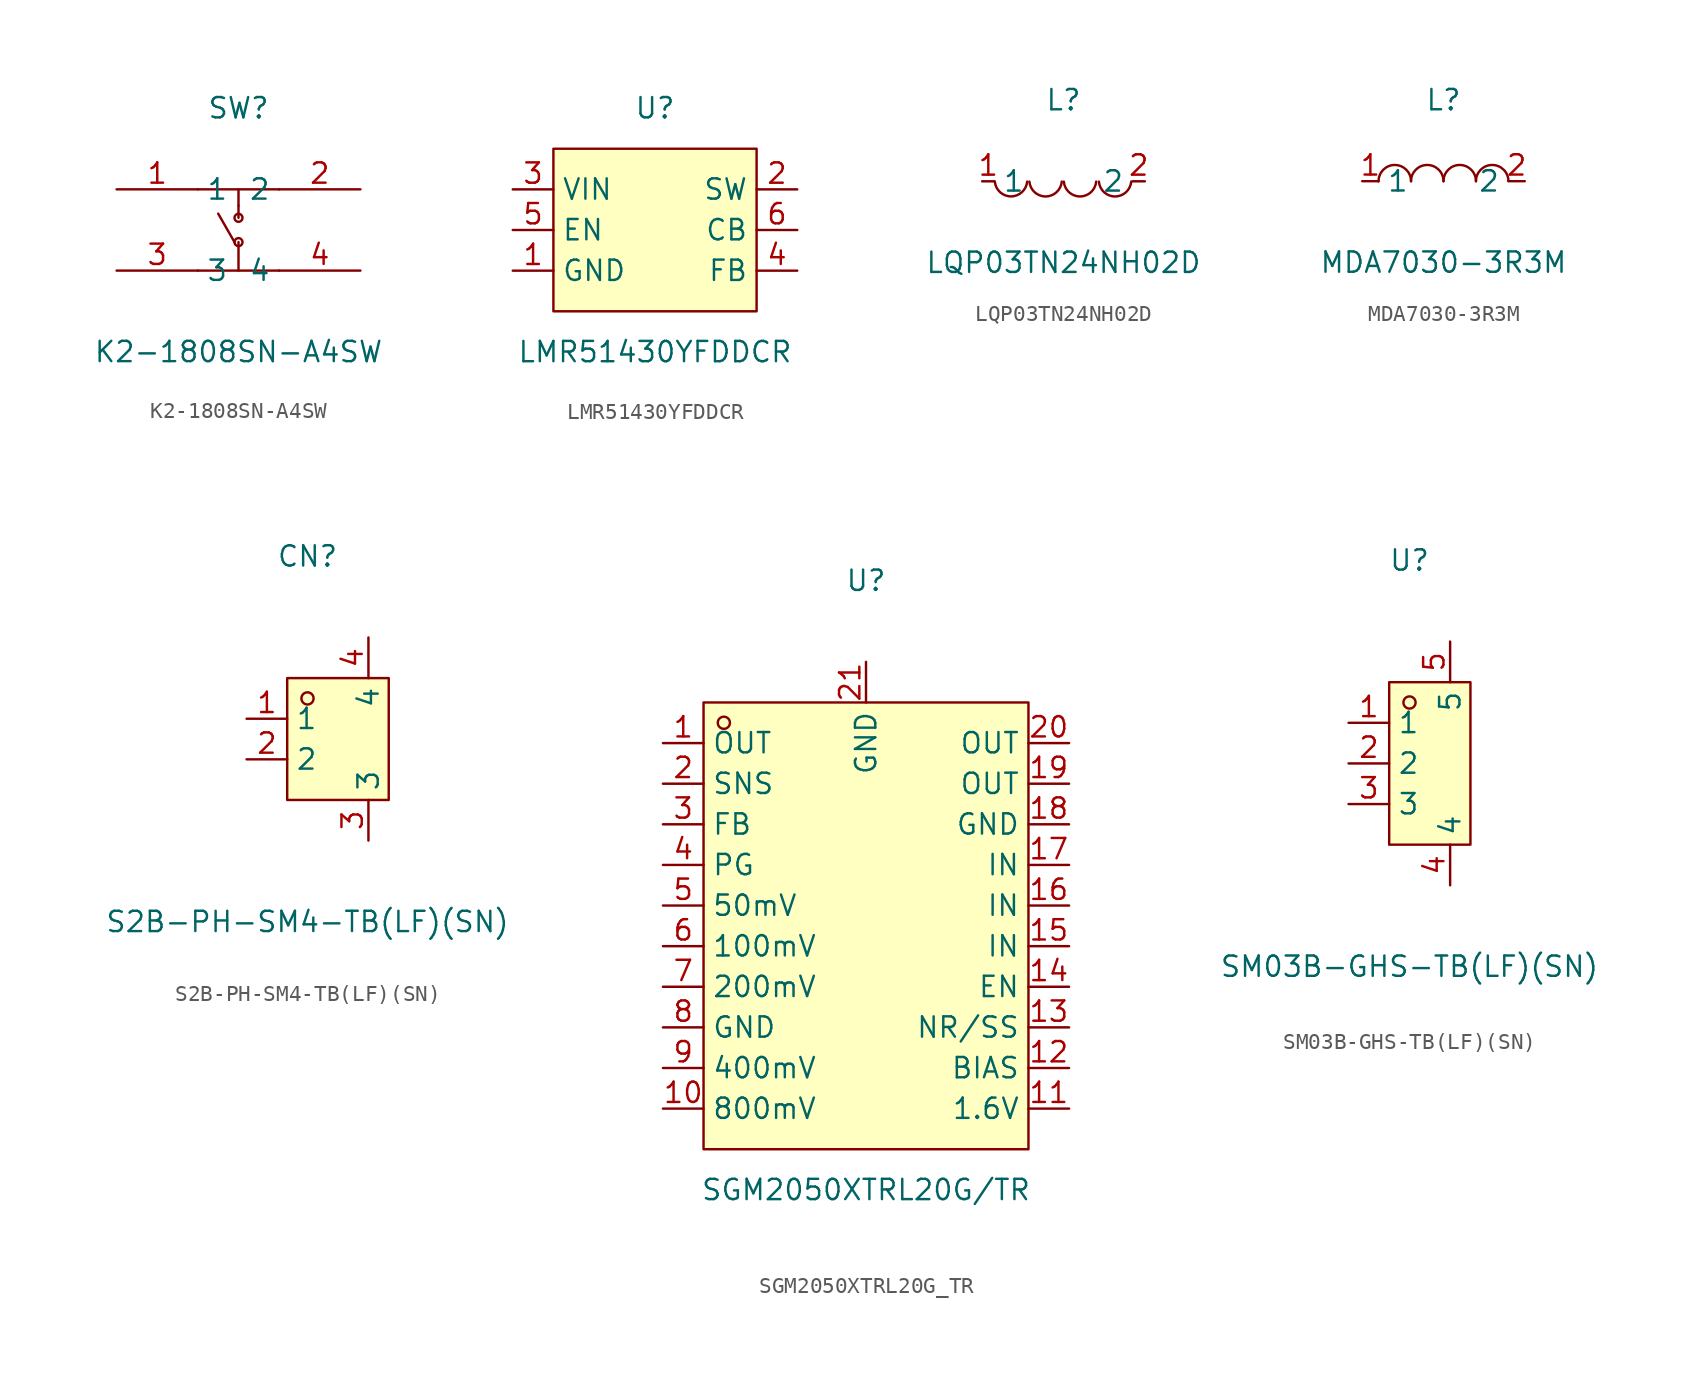
<source format=kicad_sym>
(kicad_symbol_lib
  (version 20211014)
  (generator https://github.com/uPesy/easyeda2kicad.py)
  (symbol "K2-1808SN-A4SW"
    (property "Reference" "SW"
      (at 0 7.62 0)
      (effects (font (size 1.27 1.27))))
    (property "Value" "K2-1808SN-A4SW"
      (at 0 -7.62 0)
      (effects (font (size 1.27 1.27))))
    (symbol "K2-1808SN-A4SW_0_1"
      (circle (center 0.00 -0.76) (radius 0.25) (stroke (width 0) (type default) (color 0 0 0 0)) (fill (type none)))
      (circle (center 0.00 0.76) (radius 0.25) (stroke (width 0) (type default) (color 0 0 0 0)) (fill (type none)))
      (polyline (pts (xy -2.54 2.54) (xy 2.54 2.54)) (stroke (width 0) (type default) (color 0 0 0 0)) (fill (type none)))
      (polyline (pts (xy -2.54 -2.54) (xy 2.54 -2.54)) (stroke (width 0) (type default) (color 0 0 0 0)) (fill (type none)))
      (polyline (pts (xy 0.00 2.54) (xy 0.00 1.52)) (stroke (width 0) (type default) (color 0 0 0 0)) (fill (type none)))
      (polyline (pts (xy 0.00 -2.54) (xy 0.00 -0.76)) (stroke (width 0) (type default) (color 0 0 0 0)) (fill (type none)))
      (polyline (pts (xy 0.00 1.52) (xy 0.00 0.76)) (stroke (width 0) (type default) (color 0 0 0 0)) (fill (type none)))
      (polyline (pts (xy -1.27 1.02) (xy -0.25 -0.76)) (stroke (width 0) (type default) (color 0 0 0 0)) (fill (type none)))
      (pin unspecified line (at -7.62 2.54 0) (length 5.08) (name "1" (effects (font (size 1.27 1.27)))) (number "1" (effects (font (size 1.27 1.27)))))
      (pin unspecified line (at 7.62 2.54 180) (length 5.08) (name "2" (effects (font (size 1.27 1.27)))) (number "2" (effects (font (size 1.27 1.27)))))
      (pin unspecified line (at -7.62 -2.54 0) (length 5.08) (name "3" (effects (font (size 1.27 1.27)))) (number "3" (effects (font (size 1.27 1.27)))))
      (pin unspecified line (at 7.62 -2.54 180) (length 5.08) (name "4" (effects (font (size 1.27 1.27)))) (number "4" (effects (font (size 1.27 1.27)))))))
  (symbol "LMR51430YFDDCR"
    (property "Reference" "U"
      (at 0 7.62 0)
      (effects (font (size 1.27 1.27))))
    (property "Value" "LMR51430YFDDCR"
      (at 0 -7.62 0)
      (effects (font (size 1.27 1.27))))
    (symbol "LMR51430YFDDCR_0_1"
      (rectangle (start -6.35 5.08) (end 6.35 -5.08) (stroke (width 0) (type default) (color 0 0 0 0)) (fill (type background)))
      (pin unspecified line (at -8.89 -2.54 0) (length 2.54) (name "GND" (effects (font (size 1.27 1.27)))) (number "1" (effects (font (size 1.27 1.27)))))
      (pin unspecified line (at 8.89 2.54 180) (length 2.54) (name "SW" (effects (font (size 1.27 1.27)))) (number "2" (effects (font (size 1.27 1.27)))))
      (pin unspecified line (at -8.89 2.54 0) (length 2.54) (name "VIN" (effects (font (size 1.27 1.27)))) (number "3" (effects (font (size 1.27 1.27)))))
      (pin unspecified line (at 8.89 -2.54 180) (length 2.54) (name "FB" (effects (font (size 1.27 1.27)))) (number "4" (effects (font (size 1.27 1.27)))))
      (pin unspecified line (at -8.89 -0.00 0) (length 2.54) (name "EN" (effects (font (size 1.27 1.27)))) (number "5" (effects (font (size 1.27 1.27)))))
      (pin unspecified line (at 8.89 -0.00 180) (length 2.54) (name "CB" (effects (font (size 1.27 1.27)))) (number "6" (effects (font (size 1.27 1.27)))))))
  (symbol "LQP03TN24NH02D"
    (property "Reference" "L"
      (at 0 5.08 0)
      (effects (font (size 1.27 1.27))))
    (property "Value" "LQP03TN24NH02D"
      (at 0 -5.08 0)
      (effects (font (size 1.27 1.27))))
    (symbol "LQP03TN24NH02D_0_1"
      (arc (start -4.29 -0.02) (mid -2.81 -1.01) (end -2.27 -0.02) (stroke (width 0) (type default) (color 0 0 0 0)) (fill (type none)))
      (arc (start -2.13 -0.02) (mid -0.66 -1.01) (end -0.11 -0.02) (stroke (width 0) (type default) (color 0 0 0 0)) (fill (type none)))
      (arc (start 0.02 -0.02) (mid 1.49 -1.01) (end 2.04 -0.02) (stroke (width 0) (type default) (color 0 0 0 0)) (fill (type none)))
      (arc (start 2.21 -0.02) (mid 3.68 -1.01) (end 4.23 -0.02) (stroke (width 0) (type default) (color 0 0 0 0)) (fill (type none)))
      (pin unspecified line (at 5.08 -0.00 180) (length 0.762) (name "2" (effects (font (size 1.27 1.27)))) (number "2" (effects (font (size 1.27 1.27)))))
      (pin unspecified line (at -5.08 -0.00 0) (length 0.762) (name "1" (effects (font (size 1.27 1.27)))) (number "1" (effects (font (size 1.27 1.27)))))))
  (symbol "MDA7030-3R3M"
    (property "Reference" "L"
      (at 0 5.08 0)
      (effects (font (size 1.27 1.27))))
    (property "Value" "MDA7030-3R3M"
      (at 0 -5.08 0)
      (effects (font (size 1.27 1.27))))
    (symbol "MDA7030-3R3M_0_1"
      (arc (start -4.06 -0.01) (mid -2.83 0.99) (end -2.03 0.01) (stroke (width 0) (type default) (color 0 0 0 0)) (fill (type none)))
      (arc (start -2.03 -0.01) (mid -0.80 0.99) (end 0.00 0.01) (stroke (width 0) (type default) (color 0 0 0 0)) (fill (type none)))
      (arc (start 2.03 -0.01) (mid 3.26 0.99) (end 4.06 0.01) (stroke (width 0) (type default) (color 0 0 0 0)) (fill (type none)))
      (arc (start 0.00 -0.01) (mid 1.23 0.99) (end 2.03 0.01) (stroke (width 0) (type default) (color 0 0 0 0)) (fill (type none)))
      (pin unspecified line (at 5.08 -0.00 180) (length 1.016) (name "2" (effects (font (size 1.27 1.27)))) (number "2" (effects (font (size 1.27 1.27)))))
      (pin unspecified line (at -5.08 -0.00 0) (length 1.016) (name "1" (effects (font (size 1.27 1.27)))) (number "1" (effects (font (size 1.27 1.27)))))))
  (symbol "S2B-PH-SM4-TB(LF)(SN)"
    (property "Reference" "CN"
      (at 0 11.43 0)
      (effects (font (size 1.27 1.27))))
    (property "Value" "S2B-PH-SM4-TB(LF)(SN)"
      (at 0 -11.43 0)
      (effects (font (size 1.27 1.27))))
    (symbol "S2B-PH-SM4-TB(LF)(SN)_0_1"
      (rectangle (start -1.27 3.81) (end 5.08 -3.81) (stroke (width 0) (type default) (color 0 0 0 0)) (fill (type background)))
      (circle (center 0.00 2.54) (radius 0.38) (stroke (width 0) (type default) (color 0 0 0 0)) (fill (type none)))
      (pin unspecified line (at -3.81 1.27 0) (length 2.54) (name "1" (effects (font (size 1.27 1.27)))) (number "1" (effects (font (size 1.27 1.27)))))
      (pin unspecified line (at -3.81 -1.27 0) (length 2.54) (name "2" (effects (font (size 1.27 1.27)))) (number "2" (effects (font (size 1.27 1.27)))))
      (pin unspecified line (at 3.81 -6.35 90) (length 2.54) (name "3" (effects (font (size 1.27 1.27)))) (number "3" (effects (font (size 1.27 1.27)))))
      (pin unspecified line (at 3.81 6.35 270) (length 2.54) (name "4" (effects (font (size 1.27 1.27)))) (number "4" (effects (font (size 1.27 1.27)))))))
  (symbol "SGM2050XTRL20G_TR"
    (property "Reference" "U"
      (at 0 20.32 0)
      (effects (font (size 1.27 1.27))))
    (property "Value" "SGM2050XTRL20G/TR"
      (at 0 -17.78 0)
      (effects (font (size 1.27 1.27))))
    (symbol "SGM2050XTRL20G_TR_0_1"
      (rectangle (start -10.16 12.70) (end 10.16 -15.24) (stroke (width 0) (type default) (color 0 0 0 0)) (fill (type background)))
      (circle (center -8.89 11.43) (radius 0.38) (stroke (width 0) (type default) (color 0 0 0 0)) (fill (type none)))
      (pin unspecified line (at -12.70 10.16 0) (length 2.54) (name "OUT" (effects (font (size 1.27 1.27)))) (number "1" (effects (font (size 1.27 1.27)))))
      (pin unspecified line (at -12.70 7.62 0) (length 2.54) (name "SNS" (effects (font (size 1.27 1.27)))) (number "2" (effects (font (size 1.27 1.27)))))
      (pin unspecified line (at -12.70 5.08 0) (length 2.54) (name "FB" (effects (font (size 1.27 1.27)))) (number "3" (effects (font (size 1.27 1.27)))))
      (pin unspecified line (at -12.70 2.54 0) (length 2.54) (name "PG" (effects (font (size 1.27 1.27)))) (number "4" (effects (font (size 1.27 1.27)))))
      (pin unspecified line (at -12.70 -0.00 0) (length 2.54) (name "50mV" (effects (font (size 1.27 1.27)))) (number "5" (effects (font (size 1.27 1.27)))))
      (pin unspecified line (at -12.70 -2.54 0) (length 2.54) (name "100mV" (effects (font (size 1.27 1.27)))) (number "6" (effects (font (size 1.27 1.27)))))
      (pin unspecified line (at -12.70 -5.08 0) (length 2.54) (name "200mV" (effects (font (size 1.27 1.27)))) (number "7" (effects (font (size 1.27 1.27)))))
      (pin unspecified line (at -12.70 -7.62 0) (length 2.54) (name "GND" (effects (font (size 1.27 1.27)))) (number "8" (effects (font (size 1.27 1.27)))))
      (pin unspecified line (at -12.70 -10.16 0) (length 2.54) (name "400mV" (effects (font (size 1.27 1.27)))) (number "9" (effects (font (size 1.27 1.27)))))
      (pin unspecified line (at -12.70 -12.70 0) (length 2.54) (name "800mV" (effects (font (size 1.27 1.27)))) (number "10" (effects (font (size 1.27 1.27)))))
      (pin unspecified line (at 12.70 -12.70 180) (length 2.54) (name "1.6V" (effects (font (size 1.27 1.27)))) (number "11" (effects (font (size 1.27 1.27)))))
      (pin unspecified line (at 12.70 -10.16 180) (length 2.54) (name "BIAS" (effects (font (size 1.27 1.27)))) (number "12" (effects (font (size 1.27 1.27)))))
      (pin unspecified line (at 12.70 -7.62 180) (length 2.54) (name "NR/SS" (effects (font (size 1.27 1.27)))) (number "13" (effects (font (size 1.27 1.27)))))
      (pin unspecified line (at 12.70 -5.08 180) (length 2.54) (name "EN" (effects (font (size 1.27 1.27)))) (number "14" (effects (font (size 1.27 1.27)))))
      (pin unspecified line (at 12.70 -2.54 180) (length 2.54) (name "IN" (effects (font (size 1.27 1.27)))) (number "15" (effects (font (size 1.27 1.27)))))
      (pin unspecified line (at 12.70 -0.00 180) (length 2.54) (name "IN" (effects (font (size 1.27 1.27)))) (number "16" (effects (font (size 1.27 1.27)))))
      (pin unspecified line (at 12.70 2.54 180) (length 2.54) (name "IN" (effects (font (size 1.27 1.27)))) (number "17" (effects (font (size 1.27 1.27)))))
      (pin unspecified line (at 12.70 5.08 180) (length 2.54) (name "GND" (effects (font (size 1.27 1.27)))) (number "18" (effects (font (size 1.27 1.27)))))
      (pin unspecified line (at 12.70 7.62 180) (length 2.54) (name "OUT" (effects (font (size 1.27 1.27)))) (number "19" (effects (font (size 1.27 1.27)))))
      (pin unspecified line (at 12.70 10.16 180) (length 2.54) (name "OUT" (effects (font (size 1.27 1.27)))) (number "20" (effects (font (size 1.27 1.27)))))
      (pin unspecified line (at 0.00 15.24 270) (length 2.54) (name "GND" (effects (font (size 1.27 1.27)))) (number "21" (effects (font (size 1.27 1.27)))))))
  (symbol "SM03B-GHS-TB(LF)(SN)"
    (property "Reference" "U"
      (at 0 12.70 0)
      (effects (font (size 1.27 1.27))))
    (property "Value" "SM03B-GHS-TB(LF)(SN)"
      (at 0 -12.70 0)
      (effects (font (size 1.27 1.27))))
    (symbol "SM03B-GHS-TB(LF)(SN)_0_1"
      (rectangle (start -1.27 5.08) (end 3.81 -5.08) (stroke (width 0) (type default) (color 0 0 0 0)) (fill (type background)))
      (circle (center 0.00 3.81) (radius 0.38) (stroke (width 0) (type default) (color 0 0 0 0)) (fill (type none)))
      (pin unspecified line (at -3.81 2.54 0) (length 2.54) (name "1" (effects (font (size 1.27 1.27)))) (number "1" (effects (font (size 1.27 1.27)))))
      (pin unspecified line (at -3.81 -0.00 0) (length 2.54) (name "2" (effects (font (size 1.27 1.27)))) (number "2" (effects (font (size 1.27 1.27)))))
      (pin unspecified line (at -3.81 -2.54 0) (length 2.54) (name "3" (effects (font (size 1.27 1.27)))) (number "3" (effects (font (size 1.27 1.27)))))
      (pin unspecified line (at 2.54 -7.62 90) (length 2.54) (name "4" (effects (font (size 1.27 1.27)))) (number "4" (effects (font (size 1.27 1.27)))))
      (pin unspecified line (at 2.54 7.62 270) (length 2.54) (name "5" (effects (font (size 1.27 1.27)))) (number "5" (effects (font (size 1.27 1.27))))))))
</source>
